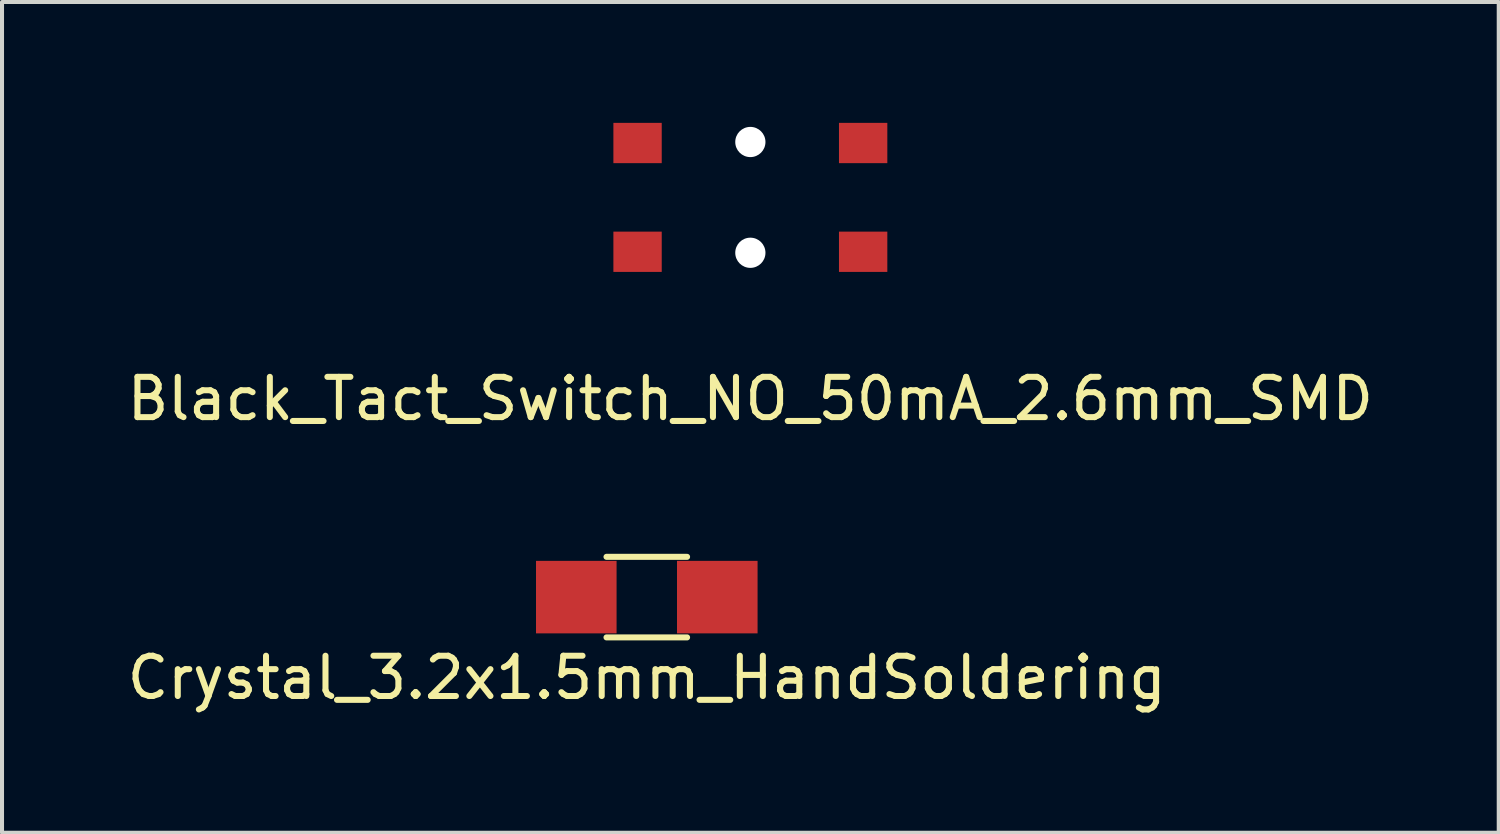
<source format=kicad_pcb>
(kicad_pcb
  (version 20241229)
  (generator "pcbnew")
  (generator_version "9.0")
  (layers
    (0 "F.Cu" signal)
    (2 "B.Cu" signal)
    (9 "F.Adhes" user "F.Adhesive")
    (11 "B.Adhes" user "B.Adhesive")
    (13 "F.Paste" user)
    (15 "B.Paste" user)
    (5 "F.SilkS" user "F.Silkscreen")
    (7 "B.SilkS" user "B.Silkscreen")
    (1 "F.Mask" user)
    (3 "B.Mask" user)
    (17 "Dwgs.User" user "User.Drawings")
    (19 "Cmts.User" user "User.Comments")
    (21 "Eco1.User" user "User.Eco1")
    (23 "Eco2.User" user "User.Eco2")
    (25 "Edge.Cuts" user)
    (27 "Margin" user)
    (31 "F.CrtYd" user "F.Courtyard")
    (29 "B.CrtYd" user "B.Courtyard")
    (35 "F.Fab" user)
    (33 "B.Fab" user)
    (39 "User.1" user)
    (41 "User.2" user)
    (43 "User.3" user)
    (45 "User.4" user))
  (footprint "Crystal_3.2x1.5mm_HandSoldering"
    (layer "F.Cu")
    (at 13.006 11.773)
    (property "Reference" "Crystal_3.2x1.5mm_HandSoldering" (at 0 2 0) (layer "F.SilkS") (effects (font (size 1 1) (thickness 0.15))))
    (attr through_hole)
    (fp_line (start -1 -1) (end 1 -1) (stroke (width 0.15) (type solid)) (layer "F.SilkS"))
    (fp_line (start -1 1) (end 1 1) (stroke (width 0.15) (type solid)) (layer "F.SilkS"))
    (pad "1" smd rect (at 1.75 0) (size 2 1.8) (layers "F.Cu" "F.Mask" "F.Paste"))
    (pad "2" smd rect (at -1.75 0) (size 2 1.8) (layers "F.Cu" "F.Mask" "F.Paste")))
  (footprint "Black_Tact_Switch_NO_50mA_2.6mm_SMD"
    (layer "F.Cu")
    (at 15.577 1.85)
    (property "Reference" "Black_Tact_Switch_NO_50mA_2.6mm_SMD" (at 0 5 0) (layer "F.SilkS") (effects (font (size 1 1) (thickness 0.15))))
    (attr through_hole)
    (pad "" np_thru_hole circle (at 0 -1.375) (size 0.75 0.75) (drill 0.75) (layers "*.Cu" "*.Mask"))
    (pad "" np_thru_hole circle (at 0 1.375) (size 0.75 0.75) (drill 0.75) (layers "*.Cu" "*.Mask"))
    (pad "1" smd rect (at 2.8 -1.35) (size 1.2 1) (layers "F.Cu" "F.Mask" "F.Paste"))
    (pad "2" smd rect (at 2.8 1.35) (size 1.2 1) (layers "F.Cu" "F.Mask" "F.Paste"))
    (pad "3" smd rect (at -2.8 -1.35) (size 1.2 1) (layers "F.Cu" "F.Mask" "F.Paste"))
    (pad "4" smd rect (at -2.8 1.35) (size 1.2 1) (layers "F.Cu" "F.Mask" "F.Paste")))
  (gr_rect
    (start -3 -3)
    (end 34.155 17.622)
    (stroke (width 0.1) (type default))
    (fill no)
    (layer "Edge.Cuts")))
</source>
